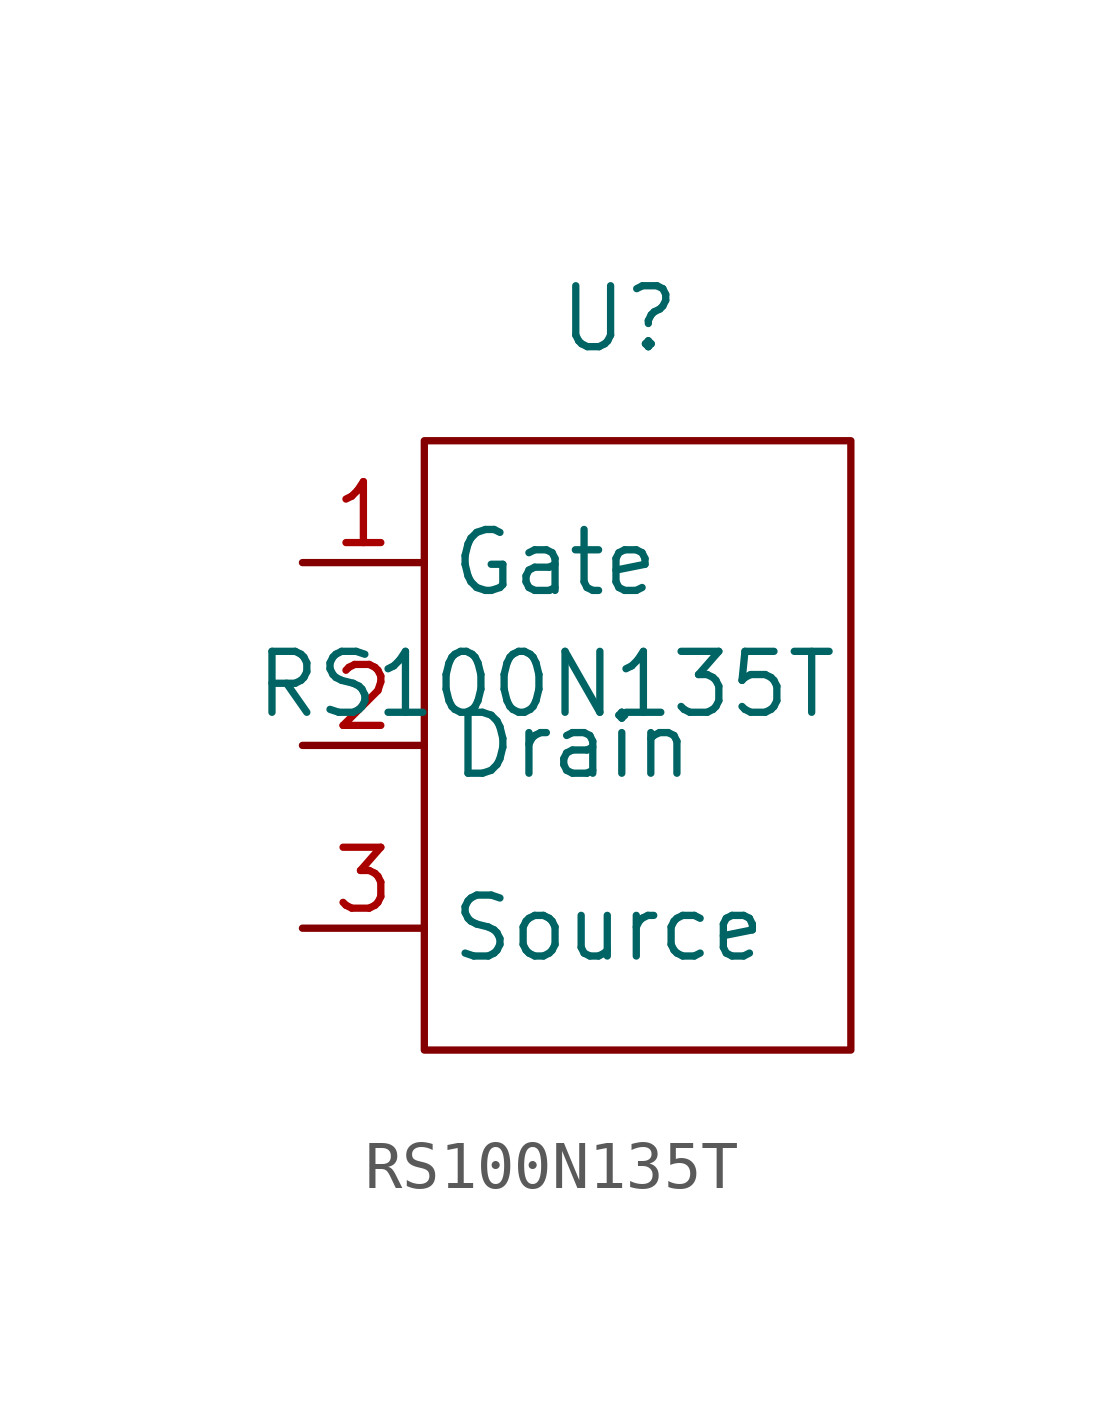
<source format=kicad_sym>
(kicad_symbol_lib
  (version 20241209)
  (generator "kicad_symbol_editor")
  (generator_version "9.0")
  (symbol "RS100N135T"
    (property "Reference" "U"
      (at 1.524 7.62 0)
      (effects (font (size 1.27 1.27))))
    (property "Value" "RS100N135T"
      (at 0 0 0)
      (effects (font (size 1.27 1.27))))
    (property "ki_locked" ""
      (at 0 0 0)
      (effects (font (size 1.27 1.27))))
    (symbol "RS100N135T_1_1"
      (rectangle (start -2.54 5.08) (end 6.35 -7.62) (stroke (width 0) (type default)) (fill (type none)))
      (pin input line (at -5.08 2.54 0) (length 2.54) (name "Gate" (effects (font (size 1.27 1.27)))) (number "1" (effects (font (size 1.27 1.27)))))
      (pin output line (at -5.08 -1.27 0) (length 2.54) (name "Drain" (effects (font (size 1.27 1.27)))) (number "2" (effects (font (size 1.27 1.27)))))
      (pin input line (at -5.08 -5.08 0) (length 2.54) (name "Source" (effects (font (size 1.27 1.27)))) (number "3" (effects (font (size 1.27 1.27))))))))
</source>
